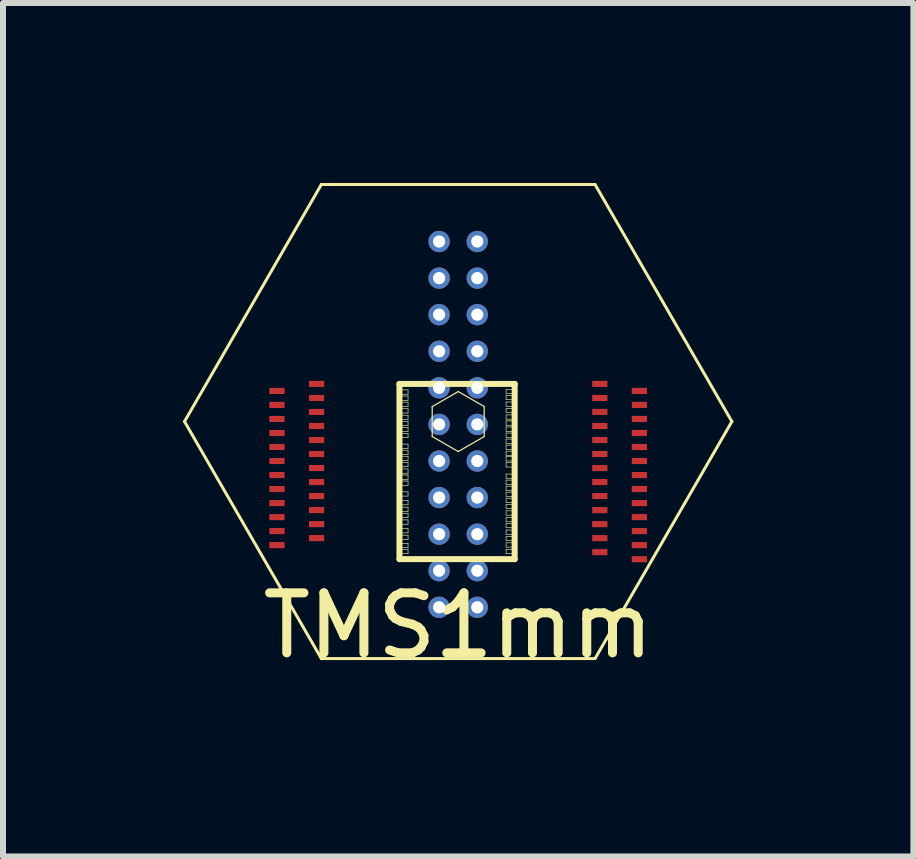
<source format=kicad_pcb>
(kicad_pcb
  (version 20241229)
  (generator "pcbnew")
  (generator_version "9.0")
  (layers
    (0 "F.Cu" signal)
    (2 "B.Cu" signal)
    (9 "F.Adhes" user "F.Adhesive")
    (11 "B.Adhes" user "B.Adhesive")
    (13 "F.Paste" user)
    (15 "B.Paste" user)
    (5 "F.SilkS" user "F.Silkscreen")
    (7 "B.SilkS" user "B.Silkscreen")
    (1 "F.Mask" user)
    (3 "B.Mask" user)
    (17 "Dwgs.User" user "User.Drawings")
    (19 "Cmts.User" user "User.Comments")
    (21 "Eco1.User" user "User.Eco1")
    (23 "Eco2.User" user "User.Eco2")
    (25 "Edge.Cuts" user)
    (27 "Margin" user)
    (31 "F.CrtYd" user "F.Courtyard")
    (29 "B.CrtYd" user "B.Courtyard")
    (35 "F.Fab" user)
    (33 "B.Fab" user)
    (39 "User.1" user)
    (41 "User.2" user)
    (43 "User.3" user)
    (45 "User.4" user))
  (footprint "TMS1mm"
    (layer "F.Cu")
    (at 4.586 3.975)
    (property "Reference" "TMS1mm" (at 0 3.4 0) (layer "F.SilkS") (effects (font (size 1 1) (thickness 0.15))))
    (attr through_hole)
    (fp_line (start -4.561 0) (end -2.281 -3.95) (stroke (width 0.05) (type solid)) (layer "F.SilkS"))
    (fp_line (start -2.281 -3.95) (end 2.281 -3.95) (stroke (width 0.05) (type solid)) (layer "F.SilkS"))
    (fp_line (start -2.281 3.95) (end -4.561 0) (stroke (width 0.05) (type solid)) (layer "F.SilkS"))
    (fp_line (start -0.979 -0.627) (end 0.941 -0.627) (stroke (width 0.1) (type solid)) (layer "F.SilkS"))
    (fp_line (start -0.979 2.293) (end -0.979 -0.627) (stroke (width 0.1) (type solid)) (layer "F.SilkS"))
    (fp_line (start -0.952 -0.527) (end -0.836 -0.527) (stroke (width 0.01) (type solid)) (layer "F.SilkS"))
    (fp_line (start -0.952 -0.455) (end -0.952 -0.527) (stroke (width 0.01) (type solid)) (layer "F.SilkS"))
    (fp_line (start -0.952 -0.425) (end -0.836 -0.425) (stroke (width 0.01) (type solid)) (layer "F.SilkS"))
    (fp_line (start -0.952 -0.353) (end -0.952 -0.425) (stroke (width 0.01) (type solid)) (layer "F.SilkS"))
    (fp_line (start -0.952 -0.324) (end -0.836 -0.324) (stroke (width 0.01) (type solid)) (layer "F.SilkS"))
    (fp_line (start -0.952 -0.252) (end -0.952 -0.324) (stroke (width 0.01) (type solid)) (layer "F.SilkS"))
    (fp_line (start -0.952 -0.214) (end -0.836 -0.214) (stroke (width 0.01) (type solid)) (layer "F.SilkS"))
    (fp_line (start -0.952 -0.142) (end -0.952 -0.214) (stroke (width 0.01) (type solid)) (layer "F.SilkS"))
    (fp_line (start -0.952 -0.105) (end -0.836 -0.105) (stroke (width 0.01) (type solid)) (layer "F.SilkS"))
    (fp_line (start -0.952 -0.033) (end -0.952 -0.105) (stroke (width 0.01) (type solid)) (layer "F.SilkS"))
    (fp_line (start -0.952 -0.004) (end -0.836 -0.004) (stroke (width 0.01) (type solid)) (layer "F.SilkS"))
    (fp_line (start -0.952 0.068) (end -0.952 -0.004) (stroke (width 0.01) (type solid)) (layer "F.SilkS"))
    (fp_line (start -0.952 0.096) (end -0.836 0.096) (stroke (width 0.01) (type solid)) (layer "F.SilkS"))
    (fp_line (start -0.952 0.168) (end -0.952 0.096) (stroke (width 0.01) (type solid)) (layer "F.SilkS"))
    (fp_line (start -0.952 0.197) (end -0.836 0.197) (stroke (width 0.01) (type solid)) (layer "F.SilkS"))
    (fp_line (start -0.952 0.269) (end -0.952 0.197) (stroke (width 0.01) (type solid)) (layer "F.SilkS"))
    (fp_line (start -0.952 0.376) (end -0.836 0.376) (stroke (width 0.01) (type solid)) (layer "F.SilkS"))
    (fp_line (start -0.952 0.448) (end -0.952 0.376) (stroke (width 0.01) (type solid)) (layer "F.SilkS"))
    (fp_line (start -0.952 0.477) (end -0.836 0.477) (stroke (width 0.01) (type solid)) (layer "F.SilkS"))
    (fp_line (start -0.952 0.549) (end -0.952 0.477) (stroke (width 0.01) (type solid)) (layer "F.SilkS"))
    (fp_line (start -0.952 0.578) (end -0.836 0.578) (stroke (width 0.01) (type solid)) (layer "F.SilkS"))
    (fp_line (start -0.952 0.65) (end -0.952 0.578) (stroke (width 0.01) (type solid)) (layer "F.SilkS"))
    (fp_line (start -0.952 0.679) (end -0.836 0.679) (stroke (width 0.01) (type solid)) (layer "F.SilkS"))
    (fp_line (start -0.952 0.751) (end -0.952 0.679) (stroke (width 0.01) (type solid)) (layer "F.SilkS"))
    (fp_line (start -0.952 0.79) (end -0.836 0.79) (stroke (width 0.01) (type solid)) (layer "F.SilkS"))
    (fp_line (start -0.952 0.862) (end -0.952 0.79) (stroke (width 0.01) (type solid)) (layer "F.SilkS"))
    (fp_line (start -0.952 0.891) (end -0.836 0.891) (stroke (width 0.01) (type solid)) (layer "F.SilkS"))
    (fp_line (start -0.952 0.963) (end -0.952 0.891) (stroke (width 0.01) (type solid)) (layer "F.SilkS"))
    (fp_line (start -0.952 0.991) (end -0.836 0.991) (stroke (width 0.01) (type solid)) (layer "F.SilkS"))
    (fp_line (start -0.952 1.063) (end -0.952 0.991) (stroke (width 0.01) (type solid)) (layer "F.SilkS"))
    (fp_line (start -0.952 1.171) (end -0.836 1.171) (stroke (width 0.01) (type solid)) (layer "F.SilkS"))
    (fp_line (start -0.952 1.243) (end -0.952 1.171) (stroke (width 0.01) (type solid)) (layer "F.SilkS"))
    (fp_line (start -0.952 1.316) (end -0.836 1.316) (stroke (width 0.01) (type solid)) (layer "F.SilkS"))
    (fp_line (start -0.952 1.388) (end -0.952 1.316) (stroke (width 0.01) (type solid)) (layer "F.SilkS"))
    (fp_line (start -0.952 1.427) (end -0.836 1.427) (stroke (width 0.01) (type solid)) (layer "F.SilkS"))
    (fp_line (start -0.952 1.499) (end -0.952 1.427) (stroke (width 0.01) (type solid)) (layer "F.SilkS"))
    (fp_line (start -0.952 1.528) (end -0.836 1.528) (stroke (width 0.01) (type solid)) (layer "F.SilkS"))
    (fp_line (start -0.952 1.6) (end -0.952 1.528) (stroke (width 0.01) (type solid)) (layer "F.SilkS"))
    (fp_line (start -0.952 1.639) (end -0.836 1.639) (stroke (width 0.01) (type solid)) (layer "F.SilkS"))
    (fp_line (start -0.952 1.711) (end -0.952 1.639) (stroke (width 0.01) (type solid)) (layer "F.SilkS"))
    (fp_line (start -0.952 1.784) (end -0.836 1.784) (stroke (width 0.01) (type solid)) (layer "F.SilkS"))
    (fp_line (start -0.952 1.856) (end -0.952 1.784) (stroke (width 0.01) (type solid)) (layer "F.SilkS"))
    (fp_line (start -0.952 1.895) (end -0.836 1.895) (stroke (width 0.01) (type solid)) (layer "F.SilkS"))
    (fp_line (start -0.952 1.967) (end -0.952 1.895) (stroke (width 0.01) (type solid)) (layer "F.SilkS"))
    (fp_line (start -0.952 2.029) (end -0.836 2.029) (stroke (width 0.01) (type solid)) (layer "F.SilkS"))
    (fp_line (start -0.952 2.101) (end -0.952 2.029) (stroke (width 0.01) (type solid)) (layer "F.SilkS"))
    (fp_line (start -0.952 2.13) (end -0.836 2.13) (stroke (width 0.01) (type solid)) (layer "F.SilkS"))
    (fp_line (start -0.952 2.202) (end -0.952 2.13) (stroke (width 0.01) (type solid)) (layer "F.SilkS"))
    (fp_line (start -0.836 -0.527) (end -0.836 -0.455) (stroke (width 0.01) (type solid)) (layer "F.SilkS"))
    (fp_line (start -0.836 -0.455) (end -0.952 -0.455) (stroke (width 0.01) (type solid)) (layer "F.SilkS"))
    (fp_line (start -0.836 -0.425) (end -0.836 -0.353) (stroke (width 0.01) (type solid)) (layer "F.SilkS"))
    (fp_line (start -0.836 -0.353) (end -0.952 -0.353) (stroke (width 0.01) (type solid)) (layer "F.SilkS"))
    (fp_line (start -0.836 -0.324) (end -0.836 -0.252) (stroke (width 0.01) (type solid)) (layer "F.SilkS"))
    (fp_line (start -0.836 -0.252) (end -0.952 -0.252) (stroke (width 0.01) (type solid)) (layer "F.SilkS"))
    (fp_line (start -0.836 -0.214) (end -0.836 -0.142) (stroke (width 0.01) (type solid)) (layer "F.SilkS"))
    (fp_line (start -0.836 -0.142) (end -0.952 -0.142) (stroke (width 0.01) (type solid)) (layer "F.SilkS"))
    (fp_line (start -0.836 -0.105) (end -0.836 -0.033) (stroke (width 0.01) (type solid)) (layer "F.SilkS"))
    (fp_line (start -0.836 -0.033) (end -0.952 -0.033) (stroke (width 0.01) (type solid)) (layer "F.SilkS"))
    (fp_line (start -0.836 -0.004) (end -0.836 0.068) (stroke (width 0.01) (type solid)) (layer "F.SilkS"))
    (fp_line (start -0.836 0.068) (end -0.952 0.068) (stroke (width 0.01) (type solid)) (layer "F.SilkS"))
    (fp_line (start -0.836 0.096) (end -0.836 0.168) (stroke (width 0.01) (type solid)) (layer "F.SilkS"))
    (fp_line (start -0.836 0.168) (end -0.952 0.168) (stroke (width 0.01) (type solid)) (layer "F.SilkS"))
    (fp_line (start -0.836 0.197) (end -0.836 0.269) (stroke (width 0.01) (type solid)) (layer "F.SilkS"))
    (fp_line (start -0.836 0.269) (end -0.952 0.269) (stroke (width 0.01) (type solid)) (layer "F.SilkS"))
    (fp_line (start -0.836 0.376) (end -0.836 0.448) (stroke (width 0.01) (type solid)) (layer "F.SilkS"))
    (fp_line (start -0.836 0.448) (end -0.952 0.448) (stroke (width 0.01) (type solid)) (layer "F.SilkS"))
    (fp_line (start -0.836 0.477) (end -0.836 0.549) (stroke (width 0.01) (type solid)) (layer "F.SilkS"))
    (fp_line (start -0.836 0.549) (end -0.952 0.549) (stroke (width 0.01) (type solid)) (layer "F.SilkS"))
    (fp_line (start -0.836 0.578) (end -0.836 0.65) (stroke (width 0.01) (type solid)) (layer "F.SilkS"))
    (fp_line (start -0.836 0.65) (end -0.952 0.65) (stroke (width 0.01) (type solid)) (layer "F.SilkS"))
    (fp_line (start -0.836 0.679) (end -0.836 0.751) (stroke (width 0.01) (type solid)) (layer "F.SilkS"))
    (fp_line (start -0.836 0.751) (end -0.952 0.751) (stroke (width 0.01) (type solid)) (layer "F.SilkS"))
    (fp_line (start -0.836 0.79) (end -0.836 0.862) (stroke (width 0.01) (type solid)) (layer "F.SilkS"))
    (fp_line (start -0.836 0.862) (end -0.952 0.862) (stroke (width 0.01) (type solid)) (layer "F.SilkS"))
    (fp_line (start -0.836 0.891) (end -0.836 0.963) (stroke (width 0.01) (type solid)) (layer "F.SilkS"))
    (fp_line (start -0.836 0.963) (end -0.952 0.963) (stroke (width 0.01) (type solid)) (layer "F.SilkS"))
    (fp_line (start -0.836 0.991) (end -0.836 1.063) (stroke (width 0.01) (type solid)) (layer "F.SilkS"))
    (fp_line (start -0.836 1.063) (end -0.952 1.063) (stroke (width 0.01) (type solid)) (layer "F.SilkS"))
    (fp_line (start -0.836 1.171) (end -0.836 1.243) (stroke (width 0.01) (type solid)) (layer "F.SilkS"))
    (fp_line (start -0.836 1.243) (end -0.952 1.243) (stroke (width 0.01) (type solid)) (layer "F.SilkS"))
    (fp_line (start -0.836 1.316) (end -0.836 1.388) (stroke (width 0.01) (type solid)) (layer "F.SilkS"))
    (fp_line (start -0.836 1.388) (end -0.952 1.388) (stroke (width 0.01) (type solid)) (layer "F.SilkS"))
    (fp_line (start -0.836 1.427) (end -0.836 1.499) (stroke (width 0.01) (type solid)) (layer "F.SilkS"))
    (fp_line (start -0.836 1.499) (end -0.952 1.499) (stroke (width 0.01) (type solid)) (layer "F.SilkS"))
    (fp_line (start -0.836 1.528) (end -0.836 1.6) (stroke (width 0.01) (type solid)) (layer "F.SilkS"))
    (fp_line (start -0.836 1.6) (end -0.952 1.6) (stroke (width 0.01) (type solid)) (layer "F.SilkS"))
    (fp_line (start -0.836 1.639) (end -0.836 1.711) (stroke (width 0.01) (type solid)) (layer "F.SilkS"))
    (fp_line (start -0.836 1.711) (end -0.952 1.711) (stroke (width 0.01) (type solid)) (layer "F.SilkS"))
    (fp_line (start -0.836 1.784) (end -0.836 1.856) (stroke (width 0.01) (type solid)) (layer "F.SilkS"))
    (fp_line (start -0.836 1.856) (end -0.952 1.856) (stroke (width 0.01) (type solid)) (layer "F.SilkS"))
    (fp_line (start -0.836 1.895) (end -0.836 1.967) (stroke (width 0.01) (type solid)) (layer "F.SilkS"))
    (fp_line (start -0.836 1.967) (end -0.952 1.967) (stroke (width 0.01) (type solid)) (layer "F.SilkS"))
    (fp_line (start -0.836 2.029) (end -0.836 2.101) (stroke (width 0.01) (type solid)) (layer "F.SilkS"))
    (fp_line (start -0.836 2.101) (end -0.952 2.101) (stroke (width 0.01) (type solid)) (layer "F.SilkS"))
    (fp_line (start -0.836 2.13) (end -0.836 2.202) (stroke (width 0.01) (type solid)) (layer "F.SilkS"))
    (fp_line (start -0.836 2.202) (end -0.952 2.202) (stroke (width 0.01) (type solid)) (layer "F.SilkS"))
    (fp_line (start -0.433 -0.25) (end 0 -0.5) (stroke (width 0.02) (type solid)) (layer "F.SilkS"))
    (fp_line (start -0.433 0.25) (end -0.433 -0.25) (stroke (width 0.02) (type solid)) (layer "F.SilkS"))
    (fp_line (start 0 -0.5) (end 0.433 -0.25) (stroke (width 0.02) (type solid)) (layer "F.SilkS"))
    (fp_line (start 0 0.5) (end -0.433 0.25) (stroke (width 0.02) (type solid)) (layer "F.SilkS"))
    (fp_line (start 0.433 -0.25) (end 0.433 0.25) (stroke (width 0.02) (type solid)) (layer "F.SilkS"))
    (fp_line (start 0.433 0.25) (end 0 0.5) (stroke (width 0.02) (type solid)) (layer "F.SilkS"))
    (fp_line (start 0.798 -0.537) (end 0.914 -0.537) (stroke (width 0.01) (type solid)) (layer "F.SilkS"))
    (fp_line (start 0.798 -0.465) (end 0.798 -0.537) (stroke (width 0.01) (type solid)) (layer "F.SilkS"))
    (fp_line (start 0.798 -0.436) (end 0.914 -0.436) (stroke (width 0.01) (type solid)) (layer "F.SilkS"))
    (fp_line (start 0.798 -0.364) (end 0.798 -0.436) (stroke (width 0.01) (type solid)) (layer "F.SilkS"))
    (fp_line (start 0.798 -0.326) (end 0.914 -0.326) (stroke (width 0.01) (type solid)) (layer "F.SilkS"))
    (fp_line (start 0.798 -0.254) (end 0.798 -0.326) (stroke (width 0.01) (type solid)) (layer "F.SilkS"))
    (fp_line (start 0.798 -0.22) (end 0.914 -0.22) (stroke (width 0.01) (type solid)) (layer "F.SilkS"))
    (fp_line (start 0.798 -0.148) (end 0.798 -0.22) (stroke (width 0.01) (type solid)) (layer "F.SilkS"))
    (fp_line (start 0.798 -0.111) (end 0.914 -0.111) (stroke (width 0.01) (type solid)) (layer "F.SilkS"))
    (fp_line (start 0.798 -0.039) (end 0.798 -0.111) (stroke (width 0.01) (type solid)) (layer "F.SilkS"))
    (fp_line (start 0.798 -0.01) (end 0.914 -0.01) (stroke (width 0.01) (type solid)) (layer "F.SilkS"))
    (fp_line (start 0.798 0.062) (end 0.798 -0.01) (stroke (width 0.01) (type solid)) (layer "F.SilkS"))
    (fp_line (start 0.798 0.091) (end 0.914 0.091) (stroke (width 0.01) (type solid)) (layer "F.SilkS"))
    (fp_line (start 0.798 0.163) (end 0.798 0.091) (stroke (width 0.01) (type solid)) (layer "F.SilkS"))
    (fp_line (start 0.798 0.192) (end 0.914 0.192) (stroke (width 0.01) (type solid)) (layer "F.SilkS"))
    (fp_line (start 0.798 0.264) (end 0.798 0.192) (stroke (width 0.01) (type solid)) (layer "F.SilkS"))
    (fp_line (start 0.798 0.293) (end 0.914 0.293) (stroke (width 0.01) (type solid)) (layer "F.SilkS"))
    (fp_line (start 0.798 0.365) (end 0.798 0.293) (stroke (width 0.01) (type solid)) (layer "F.SilkS"))
    (fp_line (start 0.798 0.393) (end 0.914 0.393) (stroke (width 0.01) (type solid)) (layer "F.SilkS"))
    (fp_line (start 0.798 0.465) (end 0.798 0.393) (stroke (width 0.01) (type solid)) (layer "F.SilkS"))
    (fp_line (start 0.798 0.494) (end 0.914 0.494) (stroke (width 0.01) (type solid)) (layer "F.SilkS"))
    (fp_line (start 0.798 0.566) (end 0.798 0.494) (stroke (width 0.01) (type solid)) (layer "F.SilkS"))
    (fp_line (start 0.798 0.585) (end 0.914 0.585) (stroke (width 0.01) (type solid)) (layer "F.SilkS"))
    (fp_line (start 0.798 0.657) (end 0.798 0.585) (stroke (width 0.01) (type solid)) (layer "F.SilkS"))
    (fp_line (start 0.798 0.686) (end 0.914 0.686) (stroke (width 0.01) (type solid)) (layer "F.SilkS"))
    (fp_line (start 0.798 0.758) (end 0.798 0.686) (stroke (width 0.01) (type solid)) (layer "F.SilkS"))
    (fp_line (start 0.798 0.875) (end 0.914 0.875) (stroke (width 0.01) (type solid)) (layer "F.SilkS"))
    (fp_line (start 0.798 0.947) (end 0.798 0.875) (stroke (width 0.01) (type solid)) (layer "F.SilkS"))
    (fp_line (start 0.798 0.976) (end 0.914 0.976) (stroke (width 0.01) (type solid)) (layer "F.SilkS"))
    (fp_line (start 0.798 1.048) (end 0.798 0.976) (stroke (width 0.01) (type solid)) (layer "F.SilkS"))
    (fp_line (start 0.798 1.077) (end 0.914 1.077) (stroke (width 0.01) (type solid)) (layer "F.SilkS"))
    (fp_line (start 0.798 1.149) (end 0.798 1.077) (stroke (width 0.01) (type solid)) (layer "F.SilkS"))
    (fp_line (start 0.798 1.177) (end 0.914 1.177) (stroke (width 0.01) (type solid)) (layer "F.SilkS"))
    (fp_line (start 0.798 1.249) (end 0.798 1.177) (stroke (width 0.01) (type solid)) (layer "F.SilkS"))
    (fp_line (start 0.798 1.278) (end 0.914 1.278) (stroke (width 0.01) (type solid)) (layer "F.SilkS"))
    (fp_line (start 0.798 1.35) (end 0.798 1.278) (stroke (width 0.01) (type solid)) (layer "F.SilkS"))
    (fp_line (start 0.798 1.379) (end 0.914 1.379) (stroke (width 0.01) (type solid)) (layer "F.SilkS"))
    (fp_line (start 0.798 1.451) (end 0.798 1.379) (stroke (width 0.01) (type solid)) (layer "F.SilkS"))
    (fp_line (start 0.798 1.488) (end 0.914 1.488) (stroke (width 0.01) (type solid)) (layer "F.SilkS"))
    (fp_line (start 0.798 1.56) (end 0.798 1.488) (stroke (width 0.01) (type solid)) (layer "F.SilkS"))
    (fp_line (start 0.798 1.598) (end 0.914 1.598) (stroke (width 0.01) (type solid)) (layer "F.SilkS"))
    (fp_line (start 0.798 1.67) (end 0.798 1.598) (stroke (width 0.01) (type solid)) (layer "F.SilkS"))
    (fp_line (start 0.798 1.698) (end 0.914 1.698) (stroke (width 0.01) (type solid)) (layer "F.SilkS"))
    (fp_line (start 0.798 1.77) (end 0.798 1.698) (stroke (width 0.01) (type solid)) (layer "F.SilkS"))
    (fp_line (start 0.798 1.808) (end 0.914 1.808) (stroke (width 0.01) (type solid)) (layer "F.SilkS"))
    (fp_line (start 0.798 1.88) (end 0.798 1.808) (stroke (width 0.01) (type solid)) (layer "F.SilkS"))
    (fp_line (start 0.798 1.914) (end 0.914 1.914) (stroke (width 0.01) (type solid)) (layer "F.SilkS"))
    (fp_line (start 0.798 1.986) (end 0.798 1.914) (stroke (width 0.01) (type solid)) (layer "F.SilkS"))
    (fp_line (start 0.798 2.021) (end 0.914 2.021) (stroke (width 0.01) (type solid)) (layer "F.SilkS"))
    (fp_line (start 0.798 2.093) (end 0.798 2.021) (stroke (width 0.01) (type solid)) (layer "F.SilkS"))
    (fp_line (start 0.798 2.13) (end 0.914 2.13) (stroke (width 0.01) (type solid)) (layer "F.SilkS"))
    (fp_line (start 0.798 2.202) (end 0.798 2.13) (stroke (width 0.01) (type solid)) (layer "F.SilkS"))
    (fp_line (start 0.914 -0.537) (end 0.914 -0.465) (stroke (width 0.01) (type solid)) (layer "F.SilkS"))
    (fp_line (start 0.914 -0.465) (end 0.798 -0.465) (stroke (width 0.01) (type solid)) (layer "F.SilkS"))
    (fp_line (start 0.914 -0.436) (end 0.914 -0.364) (stroke (width 0.01) (type solid)) (layer "F.SilkS"))
    (fp_line (start 0.914 -0.364) (end 0.798 -0.364) (stroke (width 0.01) (type solid)) (layer "F.SilkS"))
    (fp_line (start 0.914 -0.326) (end 0.914 -0.254) (stroke (width 0.01) (type solid)) (layer "F.SilkS"))
    (fp_line (start 0.914 -0.254) (end 0.798 -0.254) (stroke (width 0.01) (type solid)) (layer "F.SilkS"))
    (fp_line (start 0.914 -0.22) (end 0.914 -0.148) (stroke (width 0.01) (type solid)) (layer "F.SilkS"))
    (fp_line (start 0.914 -0.148) (end 0.798 -0.148) (stroke (width 0.01) (type solid)) (layer "F.SilkS"))
    (fp_line (start 0.914 -0.111) (end 0.914 -0.039) (stroke (width 0.01) (type solid)) (layer "F.SilkS"))
    (fp_line (start 0.914 -0.039) (end 0.798 -0.039) (stroke (width 0.01) (type solid)) (layer "F.SilkS"))
    (fp_line (start 0.914 -0.01) (end 0.914 0.062) (stroke (width 0.01) (type solid)) (layer "F.SilkS"))
    (fp_line (start 0.914 0.062) (end 0.798 0.062) (stroke (width 0.01) (type solid)) (layer "F.SilkS"))
    (fp_line (start 0.914 0.091) (end 0.914 0.163) (stroke (width 0.01) (type solid)) (layer "F.SilkS"))
    (fp_line (start 0.914 0.163) (end 0.798 0.163) (stroke (width 0.01) (type solid)) (layer "F.SilkS"))
    (fp_line (start 0.914 0.192) (end 0.914 0.264) (stroke (width 0.01) (type solid)) (layer "F.SilkS"))
    (fp_line (start 0.914 0.264) (end 0.798 0.264) (stroke (width 0.01) (type solid)) (layer "F.SilkS"))
    (fp_line (start 0.914 0.293) (end 0.914 0.365) (stroke (width 0.01) (type solid)) (layer "F.SilkS"))
    (fp_line (start 0.914 0.365) (end 0.798 0.365) (stroke (width 0.01) (type solid)) (layer "F.SilkS"))
    (fp_line (start 0.914 0.393) (end 0.914 0.465) (stroke (width 0.01) (type solid)) (layer "F.SilkS"))
    (fp_line (start 0.914 0.465) (end 0.798 0.465) (stroke (width 0.01) (type solid)) (layer "F.SilkS"))
    (fp_line (start 0.914 0.494) (end 0.914 0.566) (stroke (width 0.01) (type solid)) (layer "F.SilkS"))
    (fp_line (start 0.914 0.566) (end 0.798 0.566) (stroke (width 0.01) (type solid)) (layer "F.SilkS"))
    (fp_line (start 0.914 0.585) (end 0.914 0.657) (stroke (width 0.01) (type solid)) (layer "F.SilkS"))
    (fp_line (start 0.914 0.657) (end 0.798 0.657) (stroke (width 0.01) (type solid)) (layer "F.SilkS"))
    (fp_line (start 0.914 0.686) (end 0.914 0.758) (stroke (width 0.01) (type solid)) (layer "F.SilkS"))
    (fp_line (start 0.914 0.758) (end 0.798 0.758) (stroke (width 0.01) (type solid)) (layer "F.SilkS"))
    (fp_line (start 0.914 0.875) (end 0.914 0.947) (stroke (width 0.01) (type solid)) (layer "F.SilkS"))
    (fp_line (start 0.914 0.947) (end 0.798 0.947) (stroke (width 0.01) (type solid)) (layer "F.SilkS"))
    (fp_line (start 0.914 0.976) (end 0.914 1.048) (stroke (width 0.01) (type solid)) (layer "F.SilkS"))
    (fp_line (start 0.914 1.048) (end 0.798 1.048) (stroke (width 0.01) (type solid)) (layer "F.SilkS"))
    (fp_line (start 0.914 1.077) (end 0.914 1.149) (stroke (width 0.01) (type solid)) (layer "F.SilkS"))
    (fp_line (start 0.914 1.149) (end 0.798 1.149) (stroke (width 0.01) (type solid)) (layer "F.SilkS"))
    (fp_line (start 0.914 1.177) (end 0.914 1.249) (stroke (width 0.01) (type solid)) (layer "F.SilkS"))
    (fp_line (start 0.914 1.249) (end 0.798 1.249) (stroke (width 0.01) (type solid)) (layer "F.SilkS"))
    (fp_line (start 0.914 1.278) (end 0.914 1.35) (stroke (width 0.01) (type solid)) (layer "F.SilkS"))
    (fp_line (start 0.914 1.35) (end 0.798 1.35) (stroke (width 0.01) (type solid)) (layer "F.SilkS"))
    (fp_line (start 0.914 1.379) (end 0.914 1.451) (stroke (width 0.01) (type solid)) (layer "F.SilkS"))
    (fp_line (start 0.914 1.451) (end 0.798 1.451) (stroke (width 0.01) (type solid)) (layer "F.SilkS"))
    (fp_line (start 0.914 1.488) (end 0.914 1.56) (stroke (width 0.01) (type solid)) (layer "F.SilkS"))
    (fp_line (start 0.914 1.56) (end 0.798 1.56) (stroke (width 0.01) (type solid)) (layer "F.SilkS"))
    (fp_line (start 0.914 1.598) (end 0.914 1.67) (stroke (width 0.01) (type solid)) (layer "F.SilkS"))
    (fp_line (start 0.914 1.67) (end 0.798 1.67) (stroke (width 0.01) (type solid)) (layer "F.SilkS"))
    (fp_line (start 0.914 1.698) (end 0.914 1.77) (stroke (width 0.01) (type solid)) (layer "F.SilkS"))
    (fp_line (start 0.914 1.77) (end 0.798 1.77) (stroke (width 0.01) (type solid)) (layer "F.SilkS"))
    (fp_line (start 0.914 1.808) (end 0.914 1.88) (stroke (width 0.01) (type solid)) (layer "F.SilkS"))
    (fp_line (start 0.914 1.88) (end 0.798 1.88) (stroke (width 0.01) (type solid)) (layer "F.SilkS"))
    (fp_line (start 0.914 1.914) (end 0.914 1.986) (stroke (width 0.01) (type solid)) (layer "F.SilkS"))
    (fp_line (start 0.914 1.986) (end 0.798 1.986) (stroke (width 0.01) (type solid)) (layer "F.SilkS"))
    (fp_line (start 0.914 2.021) (end 0.914 2.093) (stroke (width 0.01) (type solid)) (layer "F.SilkS"))
    (fp_line (start 0.914 2.093) (end 0.798 2.093) (stroke (width 0.01) (type solid)) (layer "F.SilkS"))
    (fp_line (start 0.914 2.13) (end 0.914 2.202) (stroke (width 0.01) (type solid)) (layer "F.SilkS"))
    (fp_line (start 0.914 2.202) (end 0.798 2.202) (stroke (width 0.01) (type solid)) (layer "F.SilkS"))
    (fp_line (start 0.941 -0.627) (end 0.941 2.293) (stroke (width 0.1) (type solid)) (layer "F.SilkS"))
    (fp_line (start 0.941 2.293) (end -0.979 2.293) (stroke (width 0.1) (type solid)) (layer "F.SilkS"))
    (fp_line (start 2.281 -3.95) (end 4.561 0) (stroke (width 0.05) (type solid)) (layer "F.SilkS"))
    (fp_line (start 2.281 3.95) (end -2.281 3.95) (stroke (width 0.05) (type solid)) (layer "F.SilkS"))
    (fp_line (start 4.561 0) (end 2.281 3.95) (stroke (width 0.05) (type solid)) (layer "F.SilkS"))
    (pad "1" smd rect (at -2.36 -0.627 90) (size 0.102 0.254) (layers "F.Cu" "F.Mask"))
    (pad "1" thru_hole circle (at -0.318 -1.171) (size 0.356 0.356) (drill 0.203) (layers "*.Cu"))
    (pad "2" smd rect (at -3.02 -0.51 90) (size 0.102 0.254) (layers "F.Cu" "F.Mask"))
    (pad "2" thru_hole circle (at -0.318 -3) (size 0.356 0.356) (drill 0.203) (layers "*.Cu"))
    (pad "3" smd rect (at -2.36 -0.393 90) (size 0.102 0.254) (layers "F.Cu" "F.Mask"))
    (pad "3" thru_hole circle (at 0.318 -1.171) (size 0.356 0.356) (drill 0.203) (layers "*.Cu"))
    (pad "4" smd rect (at -3.02 -0.277 90) (size 0.102 0.254) (layers "F.Cu" "F.Mask"))
    (pad "4" thru_hole circle (at 0.318 -2.39) (size 0.356 0.356) (drill 0.203) (layers "*.Cu"))
    (pad "5" smd rect (at -2.36 -0.16 90) (size 0.102 0.254) (layers "F.Cu" "F.Mask"))
    (pad "6" smd rect (at -3.02 -0.043 90) (size 0.102 0.254) (layers "F.Cu" "F.Mask"))
    (pad "7" smd rect (at -2.36 0.074 90) (size 0.102 0.254) (layers "F.Cu" "F.Mask"))
    (pad "8" smd rect (at -3.02 0.191 90) (size 0.102 0.254) (layers "F.Cu" "F.Mask"))
    (pad "9" smd rect (at -2.36 0.308 90) (size 0.102 0.254) (layers "F.Cu" "F.Mask"))
    (pad "10" smd rect (at -3.02 0.424 90) (size 0.102 0.254) (layers "F.Cu" "F.Mask"))
    (pad "11" smd rect (at -2.36 0.541 90) (size 0.102 0.254) (layers "F.Cu" "F.Mask"))
    (pad "12" smd rect (at -3.02 0.658 90) (size 0.102 0.254) (layers "F.Cu" "F.Mask"))
    (pad "13" smd rect (at -2.36 0.775 90) (size 0.102 0.254) (layers "F.Cu" "F.Mask"))
    (pad "13" thru_hole circle (at -0.318 -0.562) (size 0.356 0.356) (drill 0.203) (layers "*.Cu"))
    (pad "14" smd rect (at -3.02 0.892 90) (size 0.102 0.254) (layers "F.Cu" "F.Mask"))
    (pad "14" thru_hole circle (at -0.318 -2.39) (size 0.356 0.356) (drill 0.203) (layers "*.Cu"))
    (pad "15" smd rect (at -2.36 1.009 90) (size 0.102 0.254) (layers "F.Cu" "F.Mask"))
    (pad "16" smd rect (at -3.02 1.125 90) (size 0.102 0.254) (layers "F.Cu" "F.Mask"))
    (pad "16" thru_hole circle (at 0.318 -3) (size 0.356 0.356) (drill 0.203) (layers "*.Cu"))
    (pad "17" smd rect (at -2.36 1.242 90) (size 0.102 0.254) (layers "F.Cu" "F.Mask"))
    (pad "17" thru_hole circle (at -0.318 0.658) (size 0.356 0.356) (drill 0.203) (layers "*.Cu"))
    (pad "18" smd rect (at -3.02 1.359 90) (size 0.102 0.254) (layers "F.Cu" "F.Mask"))
    (pad "18" thru_hole circle (at 0.318 0.658) (size 0.356 0.356) (drill 0.203) (layers "*.Cu"))
    (pad "19" smd rect (at -2.36 1.476 90) (size 0.102 0.254) (layers "F.Cu" "F.Mask"))
    (pad "19" thru_hole circle (at 0.318 2.486) (size 0.356 0.356) (drill 0.203) (layers "*.Cu"))
    (pad "20" smd rect (at -3.02 1.593 90) (size 0.102 0.254) (layers "F.Cu" "F.Mask"))
    (pad "20" thru_hole circle (at -0.318 3.096) (size 0.356 0.356) (drill 0.203) (layers "*.Cu"))
    (pad "21" smd rect (at -2.36 1.71 90) (size 0.102 0.254) (layers "F.Cu" "F.Mask"))
    (pad "21" thru_hole circle (at -0.318 1.267) (size 0.356 0.356) (drill 0.203) (layers "*.Cu"))
    (pad "22" smd rect (at -3.02 1.826 90) (size 0.102 0.254) (layers "F.Cu" "F.Mask"))
    (pad "22" thru_hole circle (at 0.318 1.267) (size 0.356 0.356) (drill 0.203) (layers "*.Cu"))
    (pad "23" smd rect (at -2.36 1.943 90) (size 0.102 0.254) (layers "F.Cu" "F.Mask"))
    (pad "23" thru_hole circle (at -0.318 1.877) (size 0.356 0.356) (drill 0.203) (layers "*.Cu"))
    (pad "24" smd rect (at -3.02 2.06 90) (size 0.102 0.254) (layers "F.Cu" "F.Mask"))
    (pad "24" thru_hole circle (at 0.318 1.877) (size 0.356 0.356) (drill 0.203) (layers "*.Cu"))
    (pad "25" thru_hole circle (at -0.318 2.486) (size 0.356 0.356) (drill 0.203) (layers "*.Cu"))
    (pad "25" smd rect (at 3.02 2.294 90) (size 0.102 0.254) (layers "F.Cu" "F.Mask"))
    (pad "26" smd rect (at 2.36 2.177 90) (size 0.102 0.254) (layers "F.Cu" "F.Mask"))
    (pad "27" thru_hole circle (at 0.318 -1.781) (size 0.356 0.356) (drill 0.203) (layers "*.Cu"))
    (pad "27" smd rect (at 3.02 2.06 90) (size 0.102 0.254) (layers "F.Cu" "F.Mask"))
    (pad "28" smd rect (at 2.36 1.943 90) (size 0.102 0.254) (layers "F.Cu" "F.Mask"))
    (pad "29" smd rect (at 3.02 1.826 90) (size 0.102 0.254) (layers "F.Cu" "F.Mask"))
    (pad "30" smd rect (at 2.36 1.71 90) (size 0.102 0.254) (layers "F.Cu" "F.Mask"))
    (pad "31" smd rect (at 3.02 1.593 90) (size 0.102 0.254) (layers "F.Cu" "F.Mask"))
    (pad "32" thru_hole circle (at 0.318 -0.562) (size 0.356 0.356) (drill 0.203) (layers "*.Cu"))
    (pad "32" smd rect (at 2.36 1.476 90) (size 0.102 0.254) (layers "F.Cu" "F.Mask"))
    (pad "33" thru_hole circle (at -0.318 0.048) (size 0.356 0.356) (drill 0.203) (layers "*.Cu"))
    (pad "33" smd rect (at 3.02 1.359 90) (size 0.102 0.254) (layers "F.Cu" "F.Mask"))
    (pad "34" thru_hole circle (at 0.318 0.048) (size 0.356 0.356) (drill 0.203) (layers "*.Cu"))
    (pad "34" smd rect (at 2.36 1.242 90) (size 0.102 0.254) (layers "F.Cu" "F.Mask"))
    (pad "35" thru_hole circle (at -0.318 -1.781) (size 0.356 0.356) (drill 0.203) (layers "*.Cu"))
    (pad "35" smd rect (at 3.02 1.125 90) (size 0.102 0.254) (layers "F.Cu" "F.Mask"))
    (pad "36" smd rect (at 2.36 1.009 90) (size 0.102 0.254) (layers "F.Cu" "F.Mask"))
    (pad "37" smd rect (at 3.02 0.892 90) (size 0.102 0.254) (layers "F.Cu" "F.Mask"))
    (pad "38" smd rect (at 2.36 0.775 90) (size 0.102 0.254) (layers "F.Cu" "F.Mask"))
    (pad "39" smd rect (at 3.02 0.658 90) (size 0.102 0.254) (layers "F.Cu" "F.Mask"))
    (pad "40" smd rect (at 2.36 0.541 90) (size 0.102 0.254) (layers "F.Cu" "F.Mask"))
    (pad "41" smd rect (at 3.02 0.424 90) (size 0.102 0.254) (layers "F.Cu" "F.Mask"))
    (pad "42" smd rect (at 2.36 0.308 90) (size 0.102 0.254) (layers "F.Cu" "F.Mask"))
    (pad "43" smd rect (at 3.02 0.191 90) (size 0.102 0.254) (layers "F.Cu" "F.Mask"))
    (pad "44" smd rect (at 2.36 0.074 90) (size 0.102 0.254) (layers "F.Cu" "F.Mask"))
    (pad "45" smd rect (at 3.02 -0.043 90) (size 0.102 0.254) (layers "F.Cu" "F.Mask"))
    (pad "46" smd rect (at 2.36 -0.16 90) (size 0.102 0.254) (layers "F.Cu" "F.Mask"))
    (pad "47" smd rect (at 3.02 -0.277 90) (size 0.102 0.254) (layers "F.Cu" "F.Mask"))
    (pad "48" thru_hole circle (at 0.318 3.096) (size 0.356 0.356) (drill 0.203) (layers "*.Cu"))
    (pad "48" smd rect (at 2.36 -0.393 90) (size 0.102 0.254) (layers "F.Cu" "F.Mask"))
    (pad "49" smd rect (at 3.02 -0.51 90) (size 0.102 0.254) (layers "F.Cu" "F.Mask"))
    (pad "50" smd rect (at 2.36 -0.627 90) (size 0.102 0.254) (layers "F.Cu" "F.Mask")))
  (gr_rect
    (start -3 -3)
    (end 12.172 11.223)
    (stroke (width 0.1) (type default))
    (fill no)
    (layer "Edge.Cuts")))
</source>
